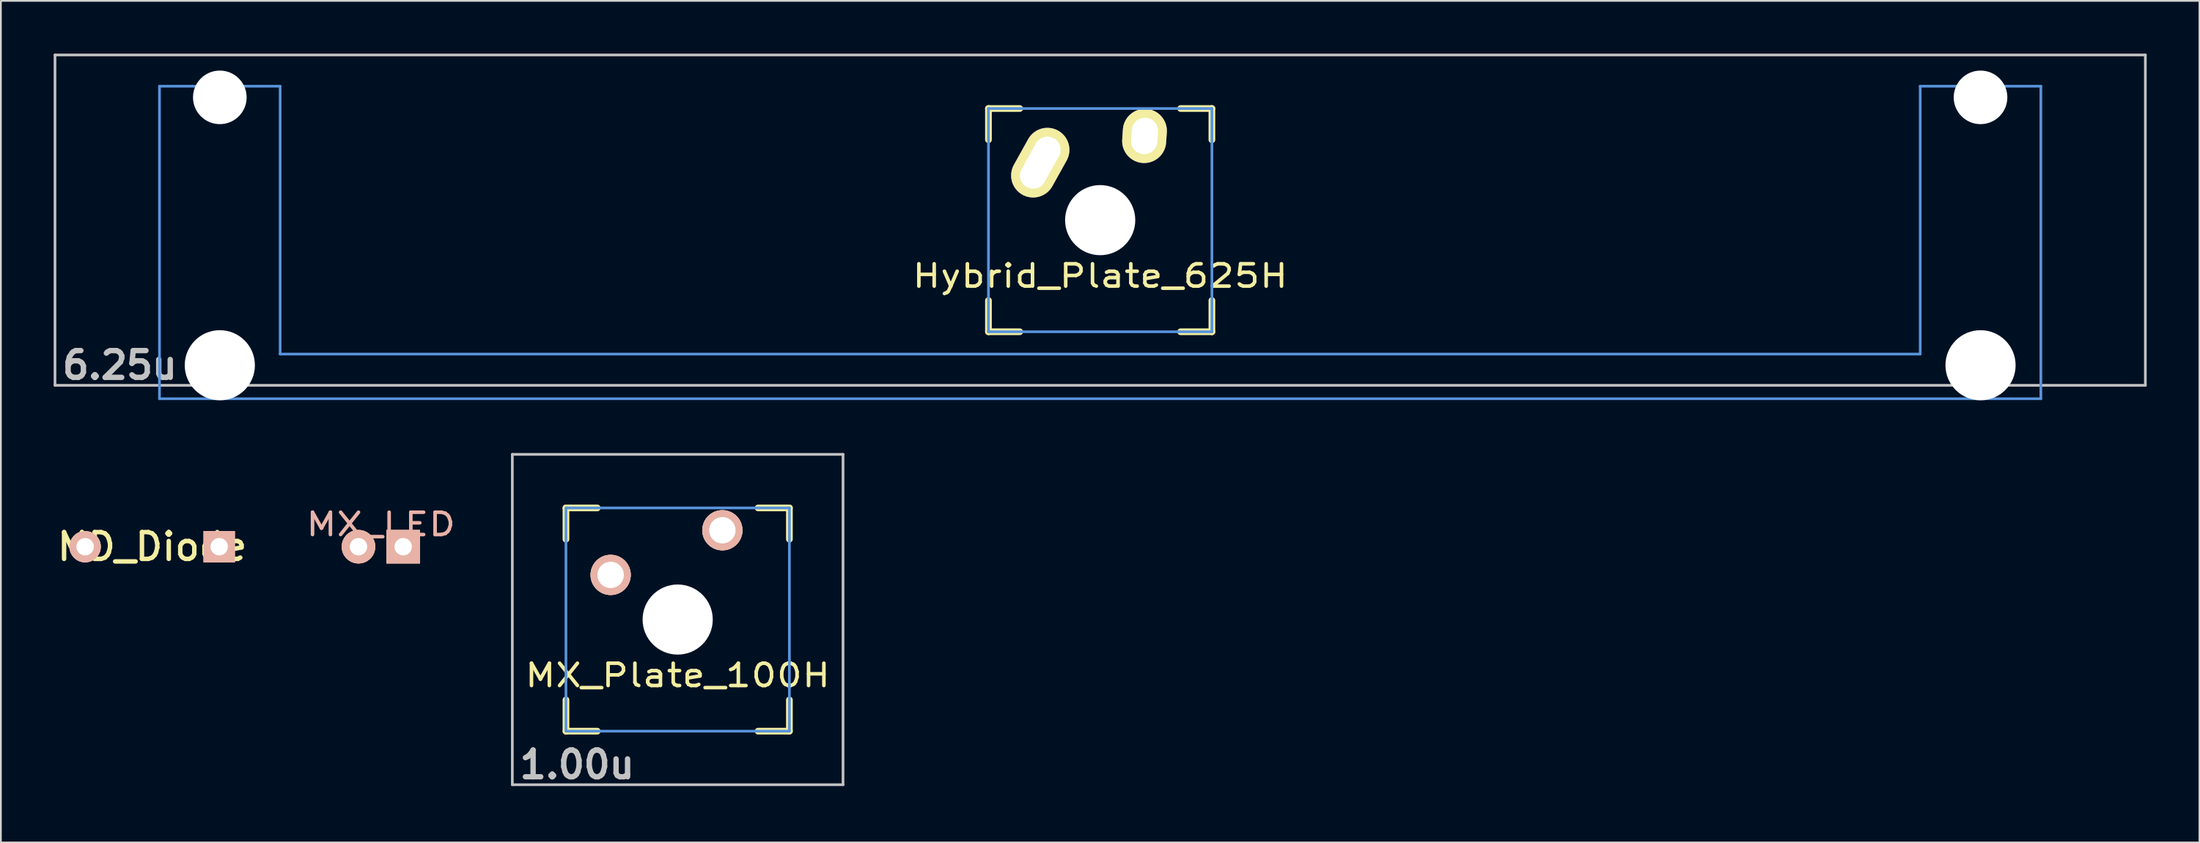
<source format=kicad_pcb>
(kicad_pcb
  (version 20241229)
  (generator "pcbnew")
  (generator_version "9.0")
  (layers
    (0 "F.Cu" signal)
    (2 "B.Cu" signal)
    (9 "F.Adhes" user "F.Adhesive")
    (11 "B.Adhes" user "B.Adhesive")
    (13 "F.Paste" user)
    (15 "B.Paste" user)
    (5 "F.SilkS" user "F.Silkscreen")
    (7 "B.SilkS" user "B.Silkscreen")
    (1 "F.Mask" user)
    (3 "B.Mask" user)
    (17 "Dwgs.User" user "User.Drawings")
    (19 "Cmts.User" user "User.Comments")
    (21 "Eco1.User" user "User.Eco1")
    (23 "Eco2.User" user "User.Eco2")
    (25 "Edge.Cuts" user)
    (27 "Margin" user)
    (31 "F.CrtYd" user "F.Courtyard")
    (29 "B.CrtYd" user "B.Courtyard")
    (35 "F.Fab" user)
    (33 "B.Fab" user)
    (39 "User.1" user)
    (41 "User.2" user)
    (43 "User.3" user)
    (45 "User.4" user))
  (footprint "MX_Plate_100H"
    (layer "F.Cu")
    (at 35.468 32.197)
    (property "Reference" "MX_Plate_100H" (at 0 3.175 0) (layer "F.SilkS") (effects (font (size 1.27 1.524) (thickness 0.203))))
    (attr through_hole)
    (fp_line (start -6.35 -6.35) (end -4.572 -6.35) (stroke (width 0.381) (type solid)) (layer "F.SilkS"))
    (fp_line (start -6.35 -4.572) (end -6.35 -6.35) (stroke (width 0.381) (type solid)) (layer "F.SilkS"))
    (fp_line (start -6.35 6.35) (end -6.35 4.572) (stroke (width 0.381) (type solid)) (layer "F.SilkS"))
    (fp_line (start -4.572 6.35) (end -6.35 6.35) (stroke (width 0.381) (type solid)) (layer "F.SilkS"))
    (fp_line (start 4.572 -6.35) (end 6.35 -6.35) (stroke (width 0.381) (type solid)) (layer "F.SilkS"))
    (fp_line (start 6.35 -6.35) (end 6.35 -4.572) (stroke (width 0.381) (type solid)) (layer "F.SilkS"))
    (fp_line (start 6.35 4.572) (end 6.35 6.35) (stroke (width 0.381) (type solid)) (layer "F.SilkS"))
    (fp_line (start 6.35 6.35) (end 4.572 6.35) (stroke (width 0.381) (type solid)) (layer "F.SilkS"))
    (fp_line (start -9.398 -9.398) (end 9.398 -9.398) (stroke (width 0.152) (type solid)) (layer "Dwgs.User"))
    (fp_line (start -9.398 9.398) (end -9.398 -9.398) (stroke (width 0.152) (type solid)) (layer "Dwgs.User"))
    (fp_line (start 9.398 -9.398) (end 9.398 9.398) (stroke (width 0.152) (type solid)) (layer "Dwgs.User"))
    (fp_line (start 9.398 9.398) (end -9.398 9.398) (stroke (width 0.152) (type solid)) (layer "Dwgs.User"))
    (fp_line (start -6.35 -6.35) (end 6.35 -6.35) (stroke (width 0.152) (type solid)) (layer "Cmts.User"))
    (fp_line (start -6.35 6.35) (end -6.35 -6.35) (stroke (width 0.152) (type solid)) (layer "Cmts.User"))
    (fp_line (start 6.35 -6.35) (end 6.35 6.35) (stroke (width 0.152) (type solid)) (layer "Cmts.User"))
    (fp_line (start 6.35 6.35) (end -6.35 6.35) (stroke (width 0.152) (type solid)) (layer "Cmts.User"))
    (fp_text user "1.00u" (at -5.715 8.255 0) (layer "Dwgs.User") (effects (font (size 1.524 1.524) (thickness 0.305))))
    (pad "" np_thru_hole circle (at 0 0) (size 3.988 3.988) (drill 3.988) (layers "*.Cu"))
    (pad "1" thru_hole circle (at 2.54 -5.08) (size 2.286 2.286) (drill 1.499) (layers "*.Cu" "*.SilkS" "*.Mask"))
    (pad "2" thru_hole circle (at -3.81 -2.54) (size 2.286 2.286) (drill 1.499) (layers "*.Cu" "*.SilkS" "*.Mask")))
  (footprint "MD_Diode"
    (layer "F.Cu")
    (at 5.599 22.973)
    (property "Reference" "MD_Diode" (at 0 5.08 0) (layer "F.SilkS") (effects (font (size 1.524 1.524) (thickness 0.254))))
    (attr through_hole)
    (pad "1" thru_hole circle (at -3.81 5.08) (size 1.778 1.778) (drill 0.991) (layers "*.Cu" "*.SilkS" "*.Mask"))
    (pad "2" thru_hole rect (at 3.81 5.08) (size 1.778 1.778) (drill 0.991) (layers "*.Cu" "*.SilkS" "*.Mask")))
  (footprint "MX_LED"
    (layer "F.Cu")
    (at 18.596 22.973)
    (property "Reference" "MX_LED" (at 0 3.81 0) (layer "B.SilkS") (effects (font (size 1.27 1.524) (thickness 0.203))))
    (attr through_hole)
    (pad "1" thru_hole circle (at -1.27 5.08) (size 1.905 1.905) (drill 0.991) (layers "*.Cu" "*.SilkS" "*.Mask"))
    (pad "2" thru_hole rect (at 1.27 5.08) (size 1.905 1.905) (drill 0.991) (layers "*.Cu" "*.SilkS" "*.Mask")))
  (footprint "Hybrid_Plate_625H"
    (layer "F.Cu")
    (at 59.482 9.474)
    (property "Reference" "Hybrid_Plate_625H" (at 0 3.175 0) (layer "F.SilkS") (effects (font (size 1.27 1.524) (thickness 0.203))))
    (attr through_hole)
    (fp_line (start -6.35 -6.35) (end -4.572 -6.35) (stroke (width 0.381) (type solid)) (layer "F.SilkS"))
    (fp_line (start -6.35 -4.572) (end -6.35 -6.35) (stroke (width 0.381) (type solid)) (layer "F.SilkS"))
    (fp_line (start -6.35 6.35) (end -6.35 4.572) (stroke (width 0.381) (type solid)) (layer "F.SilkS"))
    (fp_line (start -4.572 6.35) (end -6.35 6.35) (stroke (width 0.381) (type solid)) (layer "F.SilkS"))
    (fp_line (start 4.572 -6.35) (end 6.35 -6.35) (stroke (width 0.381) (type solid)) (layer "F.SilkS"))
    (fp_line (start 6.35 -6.35) (end 6.35 -4.572) (stroke (width 0.381) (type solid)) (layer "F.SilkS"))
    (fp_line (start 6.35 4.572) (end 6.35 6.35) (stroke (width 0.381) (type solid)) (layer "F.SilkS"))
    (fp_line (start 6.35 6.35) (end 4.572 6.35) (stroke (width 0.381) (type solid)) (layer "F.SilkS"))
    (fp_line (start -59.406 -9.398) (end 59.406 -9.398) (stroke (width 0.152) (type solid)) (layer "Dwgs.User"))
    (fp_line (start -59.406 9.398) (end -59.406 -9.398) (stroke (width 0.152) (type solid)) (layer "Dwgs.User"))
    (fp_line (start 59.406 -9.398) (end 59.406 9.398) (stroke (width 0.152) (type solid)) (layer "Dwgs.User"))
    (fp_line (start 59.406 9.398) (end -59.406 9.398) (stroke (width 0.152) (type solid)) (layer "Dwgs.User"))
    (fp_line (start -53.467 -7.62) (end -53.467 10.16) (stroke (width 0.152) (type solid)) (layer "Cmts.User"))
    (fp_line (start -53.467 10.16) (end 53.467 10.16) (stroke (width 0.152) (type solid)) (layer "Cmts.User"))
    (fp_line (start -46.609 -7.62) (end -53.467 -7.62) (stroke (width 0.152) (type solid)) (layer "Cmts.User"))
    (fp_line (start -46.609 7.62) (end -46.609 -7.62) (stroke (width 0.152) (type solid)) (layer "Cmts.User"))
    (fp_line (start -6.35 -6.35) (end 6.35 -6.35) (stroke (width 0.152) (type solid)) (layer "Cmts.User"))
    (fp_line (start -6.35 6.35) (end -6.35 -6.35) (stroke (width 0.152) (type solid)) (layer "Cmts.User"))
    (fp_line (start 6.35 -6.35) (end 6.35 6.35) (stroke (width 0.152) (type solid)) (layer "Cmts.User"))
    (fp_line (start 6.35 6.35) (end -6.35 6.35) (stroke (width 0.152) (type solid)) (layer "Cmts.User"))
    (fp_line (start 46.609 -7.62) (end 46.609 7.62) (stroke (width 0.152) (type solid)) (layer "Cmts.User"))
    (fp_line (start 46.609 7.62) (end -46.609 7.62) (stroke (width 0.152) (type solid)) (layer "Cmts.User"))
    (fp_line (start 53.467 -7.62) (end 46.609 -7.62) (stroke (width 0.152) (type solid)) (layer "Cmts.User"))
    (fp_line (start 53.467 10.16) (end 53.467 -7.62) (stroke (width 0.152) (type solid)) (layer "Cmts.User"))
    (fp_line (start -54.229 -2.286) (end -53.365 -2.286) (stroke (width 0.152) (type solid)) (layer "Eco2.User"))
    (fp_line (start -54.229 0.508) (end -54.229 -2.286) (stroke (width 0.152) (type solid)) (layer "Eco2.User"))
    (fp_line (start -53.365 -5.69) (end -46.711 -5.69) (stroke (width 0.152) (type solid)) (layer "Eco2.User"))
    (fp_line (start -53.365 -2.286) (end -53.365 -5.69) (stroke (width 0.152) (type solid)) (layer "Eco2.User"))
    (fp_line (start -53.365 0.508) (end -54.229 0.508) (stroke (width 0.152) (type solid)) (layer "Eco2.User"))
    (fp_line (start -53.365 6.604) (end -53.365 0.508) (stroke (width 0.152) (type solid)) (layer "Eco2.User"))
    (fp_line (start -52.324 6.604) (end -53.365 6.604) (stroke (width 0.152) (type solid)) (layer "Eco2.User"))
    (fp_line (start -52.324 7.772) (end -52.324 6.604) (stroke (width 0.152) (type solid)) (layer "Eco2.User"))
    (fp_line (start -47.752 6.604) (end -47.752 7.772) (stroke (width 0.152) (type solid)) (layer "Eco2.User"))
    (fp_line (start -47.752 7.772) (end -52.324 7.772) (stroke (width 0.152) (type solid)) (layer "Eco2.User"))
    (fp_line (start -46.711 -5.69) (end -46.711 -2.286) (stroke (width 0.152) (type solid)) (layer "Eco2.User"))
    (fp_line (start -46.711 -2.286) (end -6.985 -2.286) (stroke (width 0.152) (type solid)) (layer "Eco2.User"))
    (fp_line (start -46.711 2.286) (end -46.711 6.604) (stroke (width 0.152) (type solid)) (layer "Eco2.User"))
    (fp_line (start -46.711 6.604) (end -47.752 6.604) (stroke (width 0.152) (type solid)) (layer "Eco2.User"))
    (fp_line (start -6.985 -6.985) (end 6.985 -6.985) (stroke (width 0.152) (type solid)) (layer "Eco2.User"))
    (fp_line (start -6.985 -2.286) (end -6.985 -6.985) (stroke (width 0.152) (type solid)) (layer "Eco2.User"))
    (fp_line (start -6.985 2.286) (end -46.711 2.286) (stroke (width 0.152) (type solid)) (layer "Eco2.User"))
    (fp_line (start -6.985 6.985) (end -6.985 2.286) (stroke (width 0.152) (type solid)) (layer "Eco2.User"))
    (fp_line (start 6.985 -6.985) (end 6.985 -2.286) (stroke (width 0.152) (type solid)) (layer "Eco2.User"))
    (fp_line (start 6.985 -2.286) (end 46.711 -2.286) (stroke (width 0.152) (type solid)) (layer "Eco2.User"))
    (fp_line (start 6.985 2.286) (end 6.985 6.985) (stroke (width 0.152) (type solid)) (layer "Eco2.User"))
    (fp_line (start 6.985 6.985) (end -6.985 6.985) (stroke (width 0.152) (type solid)) (layer "Eco2.User"))
    (fp_line (start 46.711 -5.69) (end 53.365 -5.69) (stroke (width 0.152) (type solid)) (layer "Eco2.User"))
    (fp_line (start 46.711 -2.286) (end 46.711 -5.69) (stroke (width 0.152) (type solid)) (layer "Eco2.User"))
    (fp_line (start 46.711 2.286) (end 6.985 2.286) (stroke (width 0.152) (type solid)) (layer "Eco2.User"))
    (fp_line (start 46.711 6.604) (end 46.711 2.286) (stroke (width 0.152) (type solid)) (layer "Eco2.User"))
    (fp_line (start 47.752 6.604) (end 46.711 6.604) (stroke (width 0.152) (type solid)) (layer "Eco2.User"))
    (fp_line (start 47.752 7.772) (end 47.752 6.604) (stroke (width 0.152) (type solid)) (layer "Eco2.User"))
    (fp_line (start 52.324 6.604) (end 52.324 7.772) (stroke (width 0.152) (type solid)) (layer "Eco2.User"))
    (fp_line (start 52.324 7.772) (end 47.752 7.772) (stroke (width 0.152) (type solid)) (layer "Eco2.User"))
    (fp_line (start 53.365 -5.69) (end 53.365 -2.286) (stroke (width 0.152) (type solid)) (layer "Eco2.User"))
    (fp_line (start 53.365 -2.286) (end 54.229 -2.286) (stroke (width 0.152) (type solid)) (layer "Eco2.User"))
    (fp_line (start 53.365 0.508) (end 53.365 6.604) (stroke (width 0.152) (type solid)) (layer "Eco2.User"))
    (fp_line (start 53.365 6.604) (end 52.324 6.604) (stroke (width 0.152) (type solid)) (layer "Eco2.User"))
    (fp_line (start 54.229 -2.286) (end 54.229 0.508) (stroke (width 0.152) (type solid)) (layer "Eco2.User"))
    (fp_line (start 54.229 0.508) (end 53.365 0.508) (stroke (width 0.152) (type solid)) (layer "Eco2.User"))
    (fp_text user "6.25u" (at -55.723 8.255 0) (layer "Dwgs.User") (effects (font (size 1.524 1.524) (thickness 0.305))))
    (pad "" np_thru_hole circle (at -50.038 -6.985) (size 3.048 3.048) (drill 3.048) (layers "*.Cu"))
    (pad "" np_thru_hole circle (at -50.038 8.255) (size 3.988 3.988) (drill 3.988) (layers "*.Cu"))
    (pad "" np_thru_hole circle (at 0 0) (size 3.988 3.988) (drill 3.988) (layers "*.Cu"))
    (pad "" np_thru_hole circle (at 50.038 -6.985) (size 3.048 3.048) (drill 3.048) (layers "*.Cu"))
    (pad "" np_thru_hole circle (at 50.038 8.255) (size 3.988 3.988) (drill 3.988) (layers "*.Cu"))
    (pad "1" thru_hole oval (at -3.405 -3.27 330.95) (size 2.5 4.17) (drill oval 1.5 3.17) (layers "*.Cu" "*.Mask" "F.SilkS"))
    (pad "2" thru_hole oval (at 2.52 -4.79 356.1) (size 2.5 3.08) (drill oval 1.5 2.08) (layers "*.Cu" "*.Mask" "F.SilkS")))
  (gr_rect
    (start -3 -3)
    (end 121.963 44.879)
    (stroke (width 0.1) (type default))
    (fill no)
    (layer "Edge.Cuts")))
</source>
